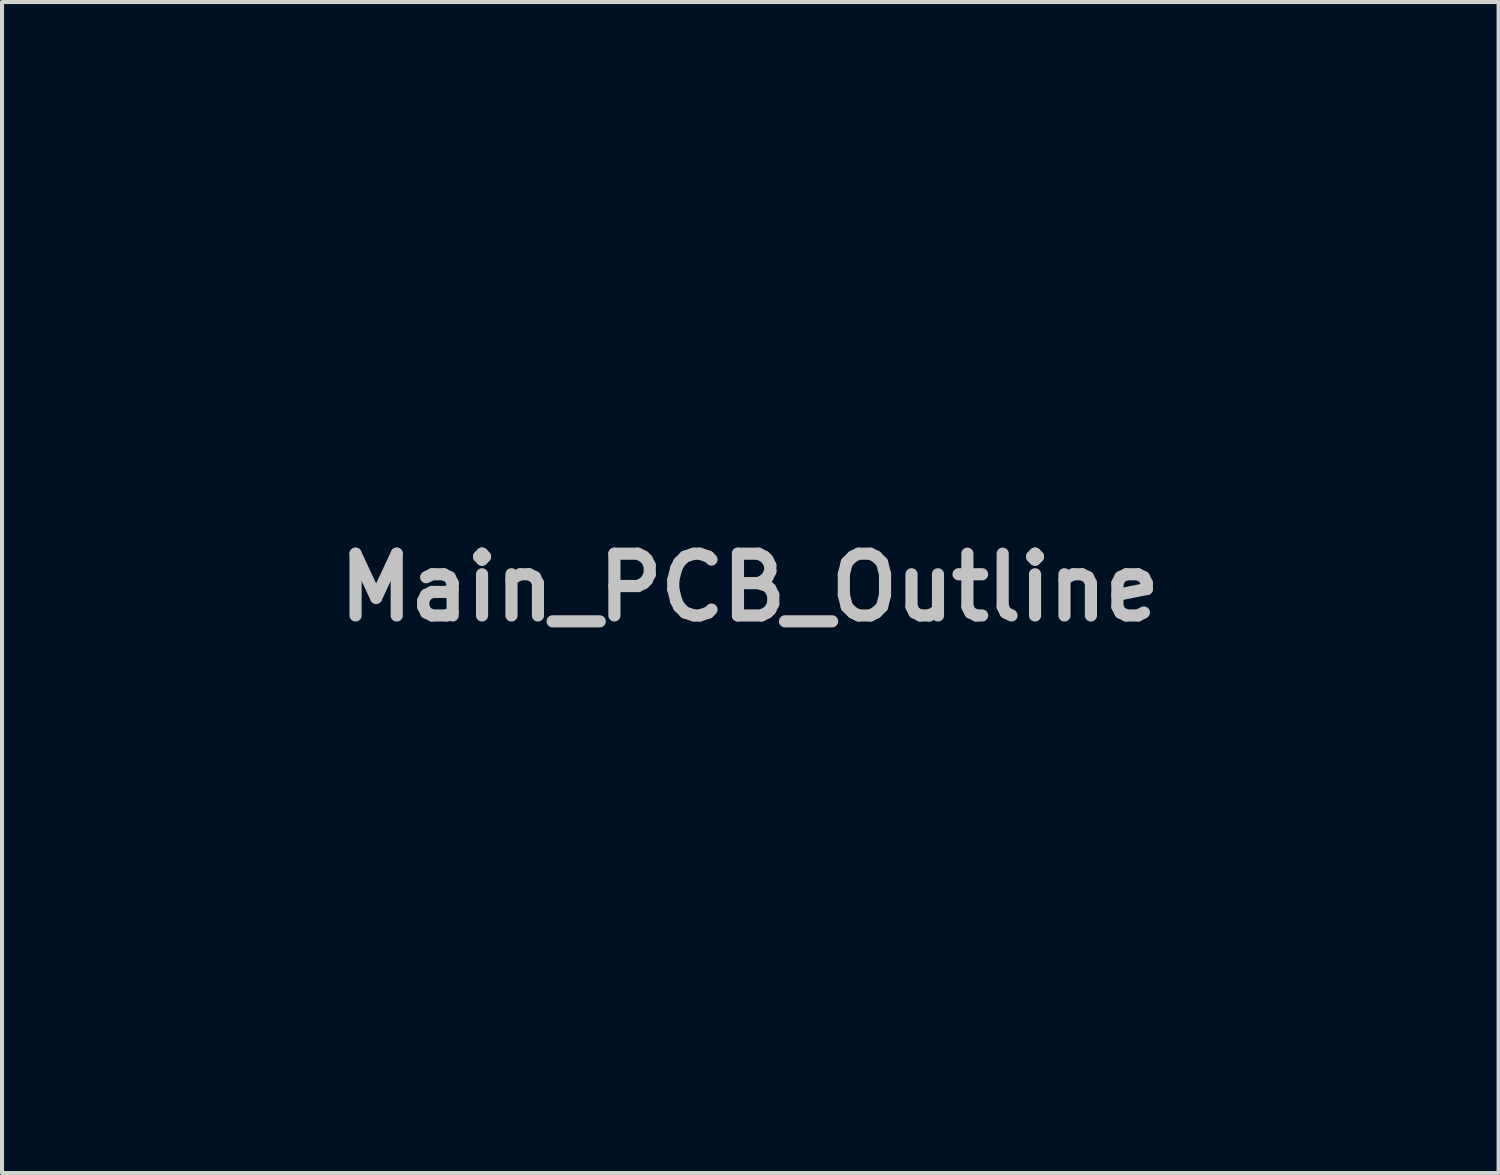
<source format=kicad_pcb>
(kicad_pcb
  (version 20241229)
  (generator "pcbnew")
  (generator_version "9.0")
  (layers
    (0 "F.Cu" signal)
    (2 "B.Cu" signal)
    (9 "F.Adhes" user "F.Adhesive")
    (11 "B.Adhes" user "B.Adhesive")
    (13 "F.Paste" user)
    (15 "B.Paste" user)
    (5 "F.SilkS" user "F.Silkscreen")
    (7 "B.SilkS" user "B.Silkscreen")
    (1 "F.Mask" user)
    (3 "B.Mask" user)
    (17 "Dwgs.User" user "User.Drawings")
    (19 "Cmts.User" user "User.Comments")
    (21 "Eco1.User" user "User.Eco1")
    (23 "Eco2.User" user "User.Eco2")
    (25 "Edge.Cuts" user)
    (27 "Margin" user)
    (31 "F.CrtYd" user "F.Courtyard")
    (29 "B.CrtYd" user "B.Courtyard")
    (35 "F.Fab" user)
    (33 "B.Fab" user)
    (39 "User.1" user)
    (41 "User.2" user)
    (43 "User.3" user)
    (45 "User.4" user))
  (footprint "Main_PCB_Outline"
    (layer "F.Cu")
    (at 15.447 11.445)
    (property "Reference" "Main_PCB_Outline" (at 0 0 0) (layer "Dwgs.User") (effects (font (size 1.524 1.524) (thickness 0.3))))
    (attr board_only exclude_from_pos_files exclude_from_bom)
    (fp_poly (pts (xy 15.418 -5.011) (xy 15.411 1.373) (xy 15.194 1.41) (xy 14.914 1.485) (xy 14.642 1.611) (xy 14.387 1.78) (xy 14.159 1.985) (xy 13.967 2.219) (xy 13.839 2.436) (xy 13.716 2.748) (xy 13.648 3.065) (xy 13.632 3.381) (xy 13.668 3.691) (xy 13.751 3.988) (xy 13.882 4.269) (xy 14.058 4.526) (xy 14.276 4.754) (xy 14.535 4.947) (xy 14.753 5.066) (xy 14.861 5.109) (xy 14.994 5.154) (xy 15.137 5.195) (xy 15.269 5.227) (xy 15.375 5.245) (xy 15.414 5.248) (xy 15.415 5.277) (xy 15.417 5.359) (xy 15.418 5.492) (xy 15.42 5.672) (xy 15.421 5.895) (xy 15.422 6.156) (xy 15.423 6.453) (xy 15.424 6.782) (xy 15.425 7.139) (xy 15.425 7.519) (xy 15.425 7.92) (xy 15.426 8.322) (xy 15.426 11.395) (xy -15.397 11.395) (xy -15.39 8.386) (xy -5.361 8.386) (xy -5.322 8.531) (xy -5.245 8.657) (xy -5.136 8.755) (xy -5.003 8.82) (xy -4.852 8.844) (xy -4.689 8.821) (xy -4.58 8.778) (xy -4.457 8.686) (xy -4.37 8.558) (xy -4.324 8.408) (xy -4.322 8.329) (xy -3.078 8.329) (xy -3.046 8.5) (xy -2.97 8.642) (xy -2.859 8.75) (xy -2.722 8.82) (xy -2.567 8.847) (xy -2.402 8.827) (xy -2.25 8.762) (xy -2.144 8.669) (xy -2.071 8.54) (xy -2.034 8.39) (xy -2.034 8.369) (xy -0.779 8.369) (xy -0.746 8.518) (xy -0.674 8.651) (xy -0.562 8.758) (xy -0.541 8.771) (xy -0.388 8.831) (xy -0.22 8.844) (xy -0.056 8.81) (xy 0.014 8.777) (xy 0.141 8.678) (xy 0.22 8.548) (xy 0.253 8.387) (xy 1.515 8.387) (xy 1.548 8.534) (xy 1.62 8.662) (xy 1.725 8.757) (xy 1.895 8.83) (xy 2.069 8.847) (xy 2.243 8.806) (xy 2.329 8.764) (xy 2.403 8.703) (xy 2.472 8.62) (xy 2.487 8.596) (xy 2.535 8.468) (xy 2.545 8.365) (xy 3.797 8.365) (xy 3.834 8.523) (xy 3.917 8.662) (xy 4.043 8.772) (xy 4.048 8.775) (xy 4.193 8.831) (xy 4.355 8.844) (xy 4.515 8.813) (xy 4.595 8.777) (xy 4.722 8.678) (xy 4.801 8.548) (xy 4.835 8.384) (xy 4.836 8.292) (xy 4.822 8.16) (xy 4.793 8.065) (xy 4.759 8.009) (xy 4.648 7.897) (xy 4.509 7.827) (xy 4.357 7.799) (xy 4.202 7.812) (xy 4.057 7.865) (xy 3.935 7.958) (xy 3.872 8.041) (xy 3.809 8.201) (xy 3.797 8.365) (xy 2.545 8.365) (xy 2.55 8.317) (xy 2.534 8.166) (xy 2.487 8.037) (xy 2.469 8.009) (xy 2.359 7.901) (xy 2.216 7.83) (xy 2.057 7.8) (xy 1.896 7.812) (xy 1.756 7.865) (xy 1.641 7.961) (xy 1.562 8.088) (xy 1.52 8.234) (xy 1.515 8.387) (xy 0.253 8.387) (xy 0.254 8.384) (xy 0.254 8.292) (xy 0.241 8.16) (xy 0.211 8.065) (xy 0.178 8.009) (xy 0.068 7.901) (xy -0.075 7.83) (xy -0.235 7.8) (xy -0.398 7.813) (xy -0.522 7.858) (xy -0.644 7.95) (xy -0.727 8.073) (xy -0.772 8.217) (xy -0.779 8.369) (xy -2.034 8.369) (xy -2.035 8.233) (xy -2.077 8.084) (xy -2.096 8.047) (xy -2.195 7.928) (xy -2.328 7.845) (xy -2.481 7.802) (xy -2.642 7.803) (xy -2.798 7.851) (xy -2.825 7.865) (xy -2.935 7.957) (xy -3.02 8.086) (xy -3.07 8.23) (xy -3.078 8.329) (xy -4.322 8.329) (xy -4.32 8.249) (xy -4.364 8.091) (xy -4.387 8.047) (xy -4.485 7.926) (xy -4.613 7.844) (xy -4.758 7.803) (xy -4.91 7.801) (xy -5.055 7.838) (xy -5.184 7.915) (xy -5.283 8.031) (xy -5.299 8.06) (xy -5.356 8.226) (xy -5.361 8.386) (xy -15.39 8.386) (xy -15.389 8.316) (xy -15.385 6.336) (xy -13.613 6.336) (xy -13.612 6.483) (xy -13.606 6.59) (xy -13.592 6.671) (xy -13.569 6.743) (xy -13.538 6.814) (xy -13.405 7.031) (xy -13.235 7.207) (xy -13.035 7.34) (xy -12.812 7.427) (xy -12.574 7.464) (xy -12.326 7.449) (xy -12.097 7.388) (xy -11.876 7.276) (xy -11.691 7.123) (xy -11.547 6.932) (xy -11.448 6.711) (xy -11.396 6.465) (xy -11.393 6.394) (xy -6.508 6.394) (xy -6.474 6.548) (xy -6.431 6.632) (xy -6.317 6.755) (xy -6.174 6.834) (xy -6.012 6.866) (xy -5.845 6.849) (xy -5.753 6.817) (xy -5.62 6.728) (xy -5.526 6.607) (xy -5.472 6.464) (xy -5.46 6.326) (xy -4.233 6.326) (xy -4.207 6.495) (xy -4.135 6.639) (xy -4.027 6.752) (xy -3.892 6.83) (xy -3.739 6.865) (xy -3.577 6.853) (xy -3.45 6.807) (xy -3.317 6.712) (xy -3.227 6.589) (xy -3.178 6.448) (xy -3.175 6.413) (xy -1.926 6.413) (xy -1.885 6.56) (xy -1.803 6.69) (xy -1.679 6.793) (xy -1.646 6.811) (xy -1.477 6.863) (xy -1.304 6.859) (xy -1.172 6.817) (xy -1.038 6.728) (xy -0.944 6.606) (xy -0.889 6.464) (xy -0.876 6.312) (xy -0.881 6.284) (xy 0.353 6.284) (xy 0.356 6.368) (xy 0.38 6.481) (xy 0.381 6.485) (xy 0.446 6.635) (xy 0.551 6.751) (xy 0.686 6.829) (xy 0.841 6.866) (xy 1.004 6.855) (xy 1.119 6.817) (xy 1.254 6.726) (xy 1.35 6.601) (xy 1.404 6.454) (xy 1.409 6.374) (xy 2.655 6.374) (xy 2.68 6.527) (xy 2.721 6.619) (xy 2.832 6.746) (xy 2.973 6.829) (xy 3.133 6.867) (xy 3.301 6.854) (xy 3.409 6.817) (xy 3.545 6.726) (xy 3.642 6.601) (xy 3.696 6.453) (xy 3.703 6.336) (xy 11.381 6.336) (xy 11.382 6.475) (xy 11.39 6.576) (xy 11.406 6.658) (xy 11.436 6.739) (xy 11.472 6.818) (xy 11.603 7.031) (xy 11.773 7.206) (xy 11.972 7.339) (xy 12.194 7.428) (xy 12.43 7.468) (xy 12.673 7.457) (xy 12.904 7.396) (xy 13.121 7.284) (xy 13.306 7.127) (xy 13.454 6.934) (xy 13.559 6.713) (xy 13.614 6.472) (xy 13.616 6.448) (xy 13.612 6.193) (xy 13.555 5.952) (xy 13.448 5.733) (xy 13.295 5.541) (xy 13.1 5.385) (xy 12.966 5.311) (xy 12.886 5.276) (xy 12.812 5.253) (xy 12.73 5.241) (xy 12.622 5.235) (xy 12.483 5.234) (xy 12.339 5.236) (xy 12.237 5.241) (xy 12.159 5.254) (xy 12.091 5.276) (xy 12.015 5.312) (xy 11.988 5.326) (xy 11.77 5.47) (xy 11.594 5.653) (xy 11.47 5.857) (xy 11.428 5.951) (xy 11.402 6.03) (xy 11.388 6.114) (xy 11.382 6.221) (xy 11.381 6.336) (xy 3.703 6.336) (xy 3.706 6.293) (xy 3.667 6.133) (xy 3.614 6.031) (xy 3.514 5.918) (xy 3.387 5.846) (xy 3.234 5.809) (xy 3.084 5.816) (xy 2.936 5.87) (xy 2.807 5.962) (xy 2.725 6.067) (xy 2.67 6.213) (xy 2.655 6.374) (xy 1.409 6.374) (xy 1.414 6.294) (xy 1.376 6.133) (xy 1.322 6.029) (xy 1.214 5.914) (xy 1.08 5.843) (xy 0.932 5.813) (xy 0.78 5.826) (xy 0.637 5.878) (xy 0.513 5.971) (xy 0.42 6.1) (xy 0.373 6.203) (xy 0.353 6.284) (xy -0.881 6.284) (xy -0.903 6.161) (xy -0.972 6.023) (xy -1.084 5.908) (xy -1.121 5.883) (xy -1.258 5.829) (xy -1.416 5.815) (xy -1.574 5.842) (xy -1.671 5.883) (xy -1.798 5.985) (xy -1.883 6.115) (xy -1.926 6.261) (xy -1.926 6.413) (xy -3.175 6.413) (xy -3.168 6.301) (xy -3.198 6.156) (xy -3.266 6.025) (xy -3.371 5.917) (xy -3.511 5.843) (xy -3.553 5.831) (xy -3.726 5.813) (xy -3.887 5.846) (xy -4.027 5.925) (xy -4.134 6.045) (xy -4.171 6.115) (xy -4.207 6.21) (xy -4.229 6.293) (xy -4.233 6.326) (xy -5.46 6.326) (xy -5.458 6.312) (xy -5.485 6.162) (xy -5.554 6.023) (xy -5.665 5.909) (xy -5.703 5.883) (xy -5.843 5.827) (xy -5.998 5.815) (xy -6.152 5.843) (xy -6.293 5.908) (xy -6.406 6.006) (xy -6.455 6.081) (xy -6.502 6.231) (xy -6.508 6.394) (xy -11.393 6.394) (xy -11.39 6.336) (xy -11.416 6.075) (xy -11.493 5.842) (xy -11.62 5.637) (xy -11.796 5.462) (xy -11.894 5.392) (xy -12.074 5.296) (xy -12.264 5.24) (xy -12.478 5.221) (xy -12.607 5.225) (xy -12.855 5.267) (xy -13.08 5.36) (xy -13.275 5.502) (xy -13.438 5.688) (xy -13.528 5.843) (xy -13.566 5.925) (xy -13.591 5.997) (xy -13.605 6.073) (xy -13.612 6.173) (xy -13.613 6.311) (xy -13.613 6.336) (xy -15.385 6.336) (xy -15.382 5.237) (xy -15.194 5.202) (xy -14.886 5.116) (xy -14.6 4.98) (xy -14.342 4.798) (xy -14.116 4.574) (xy -13.97 4.372) (xy -5.368 4.372) (xy -5.344 4.516) (xy -5.282 4.648) (xy -5.187 4.759) (xy -5.062 4.84) (xy -4.913 4.881) (xy -4.77 4.88) (xy -4.672 4.859) (xy -4.585 4.829) (xy -4.576 4.824) (xy -4.49 4.759) (xy -4.407 4.662) (xy -4.346 4.556) (xy -4.334 4.523) (xy -4.316 4.397) (xy -4.322 4.317) (xy -3.076 4.317) (xy -3.06 4.478) (xy -3.001 4.627) (xy -2.905 4.751) (xy -2.776 4.841) (xy -2.686 4.873) (xy -2.561 4.885) (xy -2.42 4.869) (xy -2.299 4.831) (xy -2.291 4.827) (xy -2.158 4.728) (xy -2.07 4.594) (xy -2.028 4.43) (xy -2.026 4.354) (xy -2.034 4.305) (xy -0.782 4.305) (xy -0.771 4.462) (xy -0.722 4.61) (xy -0.64 4.732) (xy -0.587 4.779) (xy -0.435 4.855) (xy -0.267 4.884) (xy -0.1 4.865) (xy 0 4.827) (xy 0.124 4.734) (xy 0.209 4.61) (xy 0.255 4.466) (xy 0.263 4.316) (xy 1.506 4.316) (xy 1.522 4.476) (xy 1.581 4.624) (xy 1.677 4.75) (xy 1.804 4.84) (xy 1.895 4.873) (xy 2.021 4.885) (xy 2.161 4.869) (xy 2.283 4.831) (xy 2.291 4.827) (xy 2.414 4.734) (xy 2.499 4.61) (xy 2.546 4.466) (xy 2.553 4.32) (xy 3.796 4.32) (xy 3.814 4.485) (xy 3.879 4.637) (xy 3.984 4.765) (xy 4.124 4.857) (xy 4.151 4.868) (xy 4.242 4.884) (xy 4.361 4.882) (xy 4.481 4.863) (xy 4.574 4.831) (xy 4.701 4.736) (xy 4.788 4.611) (xy 4.836 4.467) (xy 4.845 4.315) (xy 4.815 4.167) (xy 4.746 4.034) (xy 4.638 3.927) (xy 4.573 3.888) (xy 4.411 3.838) (xy 4.247 3.837) (xy 4.094 3.88) (xy 3.962 3.965) (xy 3.862 4.086) (xy 3.829 4.155) (xy 3.796 4.32) (xy 2.553 4.32) (xy 2.553 4.314) (xy 2.523 4.166) (xy 2.453 4.032) (xy 2.346 3.926) (xy 2.282 3.888) (xy 2.12 3.838) (xy 1.957 3.837) (xy 1.803 3.88) (xy 1.671 3.965) (xy 1.571 4.086) (xy 1.539 4.155) (xy 1.506 4.316) (xy 0.263 4.316) (xy 0.263 4.314) (xy 0.232 4.166) (xy 0.163 4.032) (xy 0.055 3.926) (xy -0.009 3.888) (xy -0.172 3.837) (xy -0.336 3.835) (xy -0.489 3.879) (xy -0.621 3.965) (xy -0.721 4.089) (xy -0.752 4.155) (xy -0.782 4.305) (xy -2.034 4.305) (xy -2.055 4.177) (xy -2.129 4.031) (xy -2.24 3.921) (xy -2.383 3.853) (xy -2.55 3.83) (xy -2.727 3.856) (xy -2.832 3.908) (xy -2.935 3.997) (xy -3.017 4.102) (xy -3.043 4.155) (xy -3.076 4.317) (xy -4.322 4.317) (xy -4.328 4.253) (xy -4.365 4.122) (xy -4.382 4.089) (xy -4.483 3.963) (xy -4.615 3.878) (xy -4.767 3.834) (xy -4.924 3.835) (xy -5.075 3.881) (xy -5.181 3.952) (xy -5.291 4.081) (xy -5.352 4.224) (xy -5.368 4.372) (xy -13.97 4.372) (xy -13.929 4.315) (xy -13.784 4.025) (xy -13.723 3.846) (xy -13.673 3.595) (xy -13.655 3.318) (xy -13.671 3.039) (xy -13.715 2.798) (xy -13.82 2.5) (xy -13.974 2.226) (xy -14.172 1.981) (xy -14.406 1.77) (xy -14.672 1.6) (xy -14.962 1.476) (xy -15.215 1.412) (xy -15.397 1.38) (xy -15.397 0.058) (xy 6.06 0.058) (xy 6.727 0.058) (xy 14.005 0.058) (xy 14.672 0.058) (xy 14.672 -0.87) (xy 14.005 -0.87) (xy 14.005 0.058) (xy 6.727 0.058) (xy 6.727 -0.87) (xy 6.06 -0.87) (xy 6.06 0.058) (xy -15.397 0.058) (xy -15.397 -2.465) (xy 6.06 -2.465) (xy 6.727 -2.465) (xy 14.005 -2.465) (xy 14.672 -2.465) (xy 14.672 -3.392) (xy 14.005 -3.392) (xy 14.005 -2.465) (xy 6.727 -2.465) (xy 6.727 -3.392) (xy 6.06 -3.392) (xy 6.06 -2.465) (xy -15.397 -2.465) (xy -15.397 -5.045) (xy 6.06 -5.045) (xy 6.727 -5.045) (xy 14.005 -5.045) (xy 14.672 -5.045) (xy 14.672 -5.886) (xy 14.005 -5.886) (xy 14.005 -5.045) (xy 6.727 -5.045) (xy 6.727 -5.886) (xy 6.06 -5.886) (xy 6.06 -5.045) (xy -15.397 -5.045) (xy -15.397 -7.539) (xy 6.06 -7.539) (xy 6.727 -7.539) (xy 14.005 -7.539) (xy 14.672 -7.539) (xy 14.672 -8.467) (xy 14.005 -8.467) (xy 14.005 -7.539) (xy 6.727 -7.539) (xy 6.727 -8.467) (xy 6.06 -8.467) (xy 6.06 -7.539) (xy -15.397 -7.539) (xy -15.397 -9.914) (xy -13.193 -9.914) (xy -13.183 -9.786) (xy -13.149 -9.689) (xy -13.127 -9.653) (xy -13.044 -9.564) (xy -12.929 -9.489) (xy -12.804 -9.438) (xy -12.714 -9.424) (xy -12.634 -9.437) (xy -12.536 -9.47) (xy -12.496 -9.489) (xy -12.361 -9.579) (xy -12.278 -9.692) (xy -12.242 -9.833) (xy -12.242 -9.915) (xy -10.655 -9.915) (xy -10.639 -9.79) (xy -10.583 -9.663) (xy -10.491 -9.55) (xy -10.378 -9.47) (xy -10.334 -9.452) (xy -10.214 -9.436) (xy -10.075 -9.447) (xy -9.946 -9.484) (xy -9.904 -9.504) (xy -9.823 -9.577) (xy -9.751 -9.686) (xy -9.701 -9.809) (xy -9.684 -9.913) (xy -9.69 -9.949) (xy -8.117 -9.949) (xy -8.11 -9.812) (xy -8.062 -9.681) (xy -7.973 -9.567) (xy -7.859 -9.489) (xy -7.736 -9.439) (xy -7.623 -9.426) (xy -7.493 -9.449) (xy -7.476 -9.453) (xy -7.387 -9.496) (xy -7.3 -9.564) (xy -7.281 -9.583) (xy -7.191 -9.723) (xy -7.164 -9.827) (xy -5.564 -9.827) (xy -5.552 -9.75) (xy -5.522 -9.683) (xy -5.504 -9.655) (xy -5.419 -9.565) (xy -5.303 -9.489) (xy -5.178 -9.437) (xy -5.089 -9.424) (xy -5.008 -9.437) (xy -4.911 -9.471) (xy -4.872 -9.489) (xy -4.75 -9.565) (xy -4.674 -9.654) (xy -4.635 -9.769) (xy -4.63 -9.839) (xy -3.028 -9.839) (xy -2.983 -9.691) (xy -2.893 -9.567) (xy -2.768 -9.481) (xy -2.619 -9.439) (xy -2.461 -9.442) (xy -2.309 -9.492) (xy -2.274 -9.512) (xy -2.194 -9.585) (xy -2.122 -9.691) (xy -2.073 -9.806) (xy -2.059 -9.889) (xy -2.062 -9.911) (xy -0.488 -9.911) (xy -0.457 -9.752) (xy -0.428 -9.683) (xy -0.34 -9.566) (xy -0.219 -9.483) (xy -0.079 -9.436) (xy 0.065 -9.43) (xy 0.201 -9.468) (xy 0.256 -9.502) (xy 0.376 -9.619) (xy 0.444 -9.759) (xy 0.464 -9.916) (xy 0.463 -9.925) (xy 2.059 -9.925) (xy 2.077 -9.763) (xy 2.134 -9.636) (xy 2.237 -9.532) (xy 2.24 -9.529) (xy 2.387 -9.45) (xy 2.54 -9.427) (xy 2.702 -9.462) (xy 2.743 -9.479) (xy 2.875 -9.566) (xy 2.962 -9.688) (xy 3.005 -9.847) (xy 3.005 -9.857) (xy 4.592 -9.857) (xy 4.63 -9.714) (xy 4.711 -9.589) (xy 4.834 -9.493) (xy 4.85 -9.484) (xy 5.006 -9.432) (xy 5.157 -9.435) (xy 5.296 -9.484) (xy 5.426 -9.576) (xy 5.515 -9.704) (xy 5.557 -9.855) (xy 5.555 -9.886) (xy 7.14 -9.886) (xy 7.173 -9.719) (xy 7.251 -9.589) (xy 7.374 -9.494) (xy 7.405 -9.479) (xy 7.549 -9.432) (xy 7.682 -9.435) (xy 7.824 -9.486) (xy 7.83 -9.489) (xy 7.964 -9.581) (xy 8.049 -9.699) (xy 8.087 -9.849) (xy 8.09 -9.916) (xy 8.087 -9.934) (xy 9.684 -9.934) (xy 9.692 -9.797) (xy 9.725 -9.69) (xy 9.823 -9.559) (xy 9.952 -9.472) (xy 10.101 -9.433) (xy 10.26 -9.444) (xy 10.381 -9.489) (xy 10.511 -9.584) (xy 10.597 -9.71) (xy 10.636 -9.857) (xy 10.628 -9.961) (xy 12.22 -9.961) (xy 12.229 -9.812) (xy 12.279 -9.671) (xy 12.355 -9.57) (xy 12.488 -9.474) (xy 12.642 -9.432) (xy 12.814 -9.444) (xy 12.851 -9.454) (xy 12.988 -9.52) (xy 13.093 -9.626) (xy 13.159 -9.761) (xy 13.182 -9.914) (xy 13.166 -10.032) (xy 13.1 -10.182) (xy 12.995 -10.296) (xy 12.863 -10.37) (xy 12.713 -10.4) (xy 12.557 -10.381) (xy 12.43 -10.327) (xy 12.322 -10.232) (xy 12.251 -10.106) (xy 12.22 -9.961) (xy 10.628 -9.961) (xy 10.624 -10.016) (xy 10.576 -10.149) (xy 10.485 -10.272) (xy 10.364 -10.353) (xy 10.225 -10.393) (xy 10.079 -10.39) (xy 9.939 -10.345) (xy 9.814 -10.257) (xy 9.75 -10.179) (xy 9.704 -10.07) (xy 9.684 -9.934) (xy 8.087 -9.934) (xy 8.065 -10.085) (xy 7.994 -10.223) (xy 7.882 -10.323) (xy 7.734 -10.38) (xy 7.611 -10.393) (xy 7.444 -10.368) (xy 7.308 -10.296) (xy 7.209 -10.185) (xy 7.151 -10.04) (xy 7.14 -9.886) (xy 5.555 -9.886) (xy 5.548 -10.021) (xy 5.54 -10.054) (xy 5.475 -10.196) (xy 5.373 -10.303) (xy 5.244 -10.372) (xy 5.1 -10.4) (xy 4.953 -10.383) (xy 4.812 -10.319) (xy 4.752 -10.273) (xy 4.652 -10.147) (xy 4.599 -10.005) (xy 4.592 -9.857) (xy 3.005 -9.857) (xy 3.008 -9.886) (xy 2.994 -10.056) (xy 2.932 -10.198) (xy 2.828 -10.305) (xy 2.689 -10.372) (xy 2.537 -10.393) (xy 2.369 -10.368) (xy 2.231 -10.297) (xy 2.13 -10.187) (xy 2.071 -10.043) (xy 2.059 -9.925) (xy 0.463 -9.925) (xy 0.439 -10.085) (xy 0.368 -10.223) (xy 0.256 -10.323) (xy 0.108 -10.38) (xy -0.014 -10.393) (xy -0.176 -10.368) (xy -0.31 -10.298) (xy -0.41 -10.193) (xy -0.471 -10.061) (xy -0.488 -9.911) (xy -2.062 -9.911) (xy -2.084 -10.054) (xy -2.151 -10.191) (xy -2.251 -10.298) (xy -2.375 -10.369) (xy -2.514 -10.401) (xy -2.658 -10.389) (xy -2.798 -10.329) (xy -2.877 -10.268) (xy -2.975 -10.14) (xy -3.026 -9.993) (xy -3.028 -9.839) (xy -4.63 -9.839) (xy -4.625 -9.911) (xy -4.629 -10.031) (xy -4.646 -10.114) (xy -4.681 -10.183) (xy -4.692 -10.2) (xy -4.802 -10.308) (xy -4.938 -10.373) (xy -5.087 -10.394) (xy -5.237 -10.373) (xy -5.375 -10.308) (xy -5.489 -10.2) (xy -5.49 -10.199) (xy -5.536 -10.103) (xy -5.559 -9.963) (xy -5.561 -9.938) (xy -5.564 -9.827) (xy -7.164 -9.827) (xy -7.152 -9.871) (xy -7.159 -10.016) (xy -7.209 -10.15) (xy -7.297 -10.263) (xy -7.419 -10.345) (xy -7.572 -10.389) (xy -7.64 -10.393) (xy -7.796 -10.369) (xy -7.924 -10.302) (xy -8.022 -10.204) (xy -8.087 -10.083) (xy -8.117 -9.949) (xy -9.69 -9.949) (xy -9.705 -10.037) (xy -9.76 -10.163) (xy -9.837 -10.269) (xy -9.897 -10.318) (xy -10.049 -10.382) (xy -10.2 -10.395) (xy -10.342 -10.364) (xy -10.467 -10.294) (xy -10.567 -10.192) (xy -10.632 -10.064) (xy -10.655 -9.915) (xy -12.242 -9.915) (xy -12.242 -9.932) (xy -12.275 -10.107) (xy -12.35 -10.242) (xy -12.464 -10.335) (xy -12.614 -10.384) (xy -12.714 -10.391) (xy -12.884 -10.367) (xy -13.022 -10.296) (xy -13.123 -10.184) (xy -13.18 -10.037) (xy -13.193 -9.914) (xy -15.397 -9.914) (xy -15.397 -11.395) (xy 15.426 -11.395)) (stroke (width 0.1) (type solid)) (fill no) (layer "Eco1.User")))
  (gr_rect
    (start -3 -3)
    (end 33.923 25.89)
    (stroke (width 0.1) (type default))
    (fill no)
    (layer "Edge.Cuts")))
</source>
